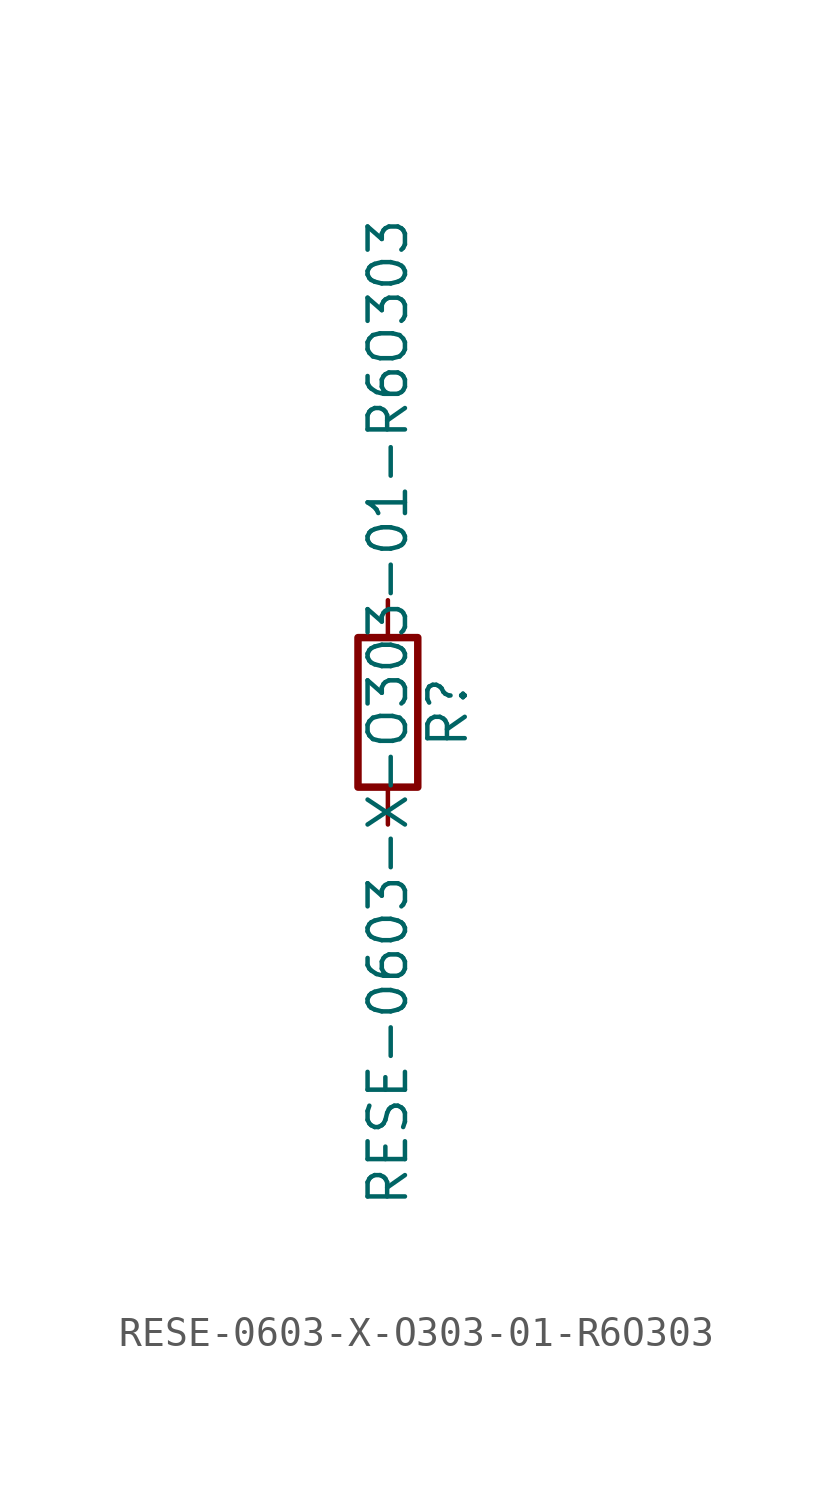
<source format=kicad_sym>
(kicad_symbol_lib
  (version 20211014)
  (generator kicad_symbol_editor)
  (symbol "RESE-0603-X-O303-01-R6O303"
    (pin_numbers hide)
    (pin_names
      (offset 0))
    (property "Reference" "R"
      (at 2.032 0 90)
      (effects (font (size 1.27 1.27))))
    (property "Value" "RESE-0603-X-O303-01-R6O303"
      (at 0 0 90)
      (effects (font (size 1.27 1.27))))
    (symbol "RESE-0603-X-O303-01-R6O303_0_1"
      (rectangle (start -1.016 -2.54) (end 1.016 2.54) (stroke (width 0.254) (type default) (color 0 0 0 0)) (fill (type none))))
    (symbol "RESE-0603-X-O303-01-R6O303_1_1"
      (pin passive line (at 0 3.81 270) (length 1.27) (name "~" (effects (font (size 1.27 1.27)))) (number "1" (effects (font (size 1.27 1.27)))))
      (pin passive line (at 0 -3.81 90) (length 1.27) (name "~" (effects (font (size 1.27 1.27)))) (number "2" (effects (font (size 1.27 1.27))))))))
</source>
